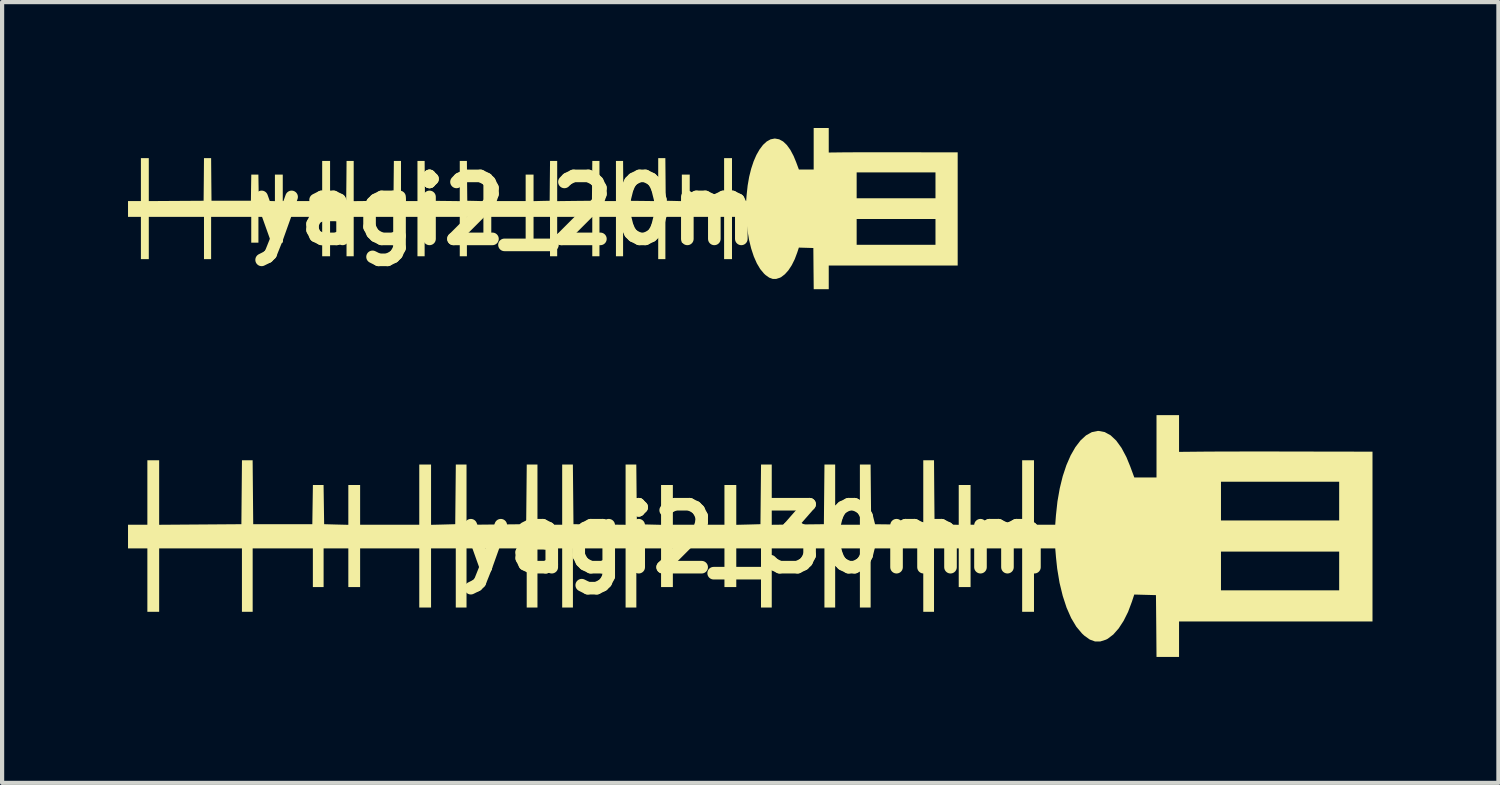
<source format=kicad_pcb>
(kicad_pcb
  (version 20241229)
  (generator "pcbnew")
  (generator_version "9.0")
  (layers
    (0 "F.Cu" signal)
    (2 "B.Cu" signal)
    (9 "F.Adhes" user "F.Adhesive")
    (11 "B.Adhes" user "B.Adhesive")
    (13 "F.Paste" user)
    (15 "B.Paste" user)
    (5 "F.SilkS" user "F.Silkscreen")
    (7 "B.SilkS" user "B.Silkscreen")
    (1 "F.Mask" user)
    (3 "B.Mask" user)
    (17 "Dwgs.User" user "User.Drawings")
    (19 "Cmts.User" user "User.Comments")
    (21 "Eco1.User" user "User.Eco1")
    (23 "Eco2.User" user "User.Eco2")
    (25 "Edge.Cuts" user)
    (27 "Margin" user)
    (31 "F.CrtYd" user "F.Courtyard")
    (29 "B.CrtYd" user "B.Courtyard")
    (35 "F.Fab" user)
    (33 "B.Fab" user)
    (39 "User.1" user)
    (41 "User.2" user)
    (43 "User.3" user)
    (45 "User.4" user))
  (footprint "yagi2_20mm"
    (layer "F.Cu")
    (at 9.969 1.963)
    (property "Reference" "yagi2_20mm" (at 0 0 0) (layer "F.SilkS") (effects (font (size 1.5 1.5) (thickness 0.3))))
    (attr board_only exclude_from_pos_files exclude_from_bom)
    (fp_poly (pts (xy 6.726 -1.671) (xy 6.726 -1.379) (xy 7.063 -1.383) (xy 7.138 -1.384) (xy 7.244 -1.384) (xy 7.376 -1.385) (xy 7.531 -1.385) (xy 7.704 -1.385) (xy 7.893 -1.385) (xy 8.092 -1.385) (xy 8.299 -1.385) (xy 8.509 -1.385) (xy 8.599 -1.385) (xy 9.798 -1.383) (xy 9.798 -0.034) (xy 9.798 1.314) (xy 8.262 1.314) (xy 6.726 1.314) (xy 6.726 1.596) (xy 6.726 1.878) (xy 6.547 1.878) (xy 6.368 1.878) (xy 6.363 1.387) (xy 6.359 0.896) (xy 6.186 0.891) (xy 6.014 0.886) (xy 5.976 1.002) (xy 5.916 1.162) (xy 5.845 1.305) (xy 5.766 1.426) (xy 5.681 1.521) (xy 5.594 1.588) (xy 5.565 1.603) (xy 5.475 1.632) (xy 5.391 1.632) (xy 5.308 1.602) (xy 5.222 1.541) (xy 5.184 1.506) (xy 5.094 1.398) (xy 5.012 1.26) (xy 4.94 1.096) (xy 4.878 0.908) (xy 4.827 0.701) (xy 4.79 0.476) (xy 4.77 0.294) (xy 4.763 0.205) (xy 7.391 0.205) (xy 7.391 0.512) (xy 7.391 0.819) (xy 8.33 0.819) (xy 9.269 0.819) (xy 9.269 0.512) (xy 9.269 0.205) (xy 8.33 0.205) (xy 7.391 0.205) (xy 4.763 0.205) (xy 4.759 0.154) (xy 4.59 0.154) (xy 4.421 0.154) (xy 4.421 0.657) (xy 4.421 1.161) (xy 4.327 1.161) (xy 4.233 1.161) (xy 4.233 0.657) (xy 4.233 0.154) (xy 3.824 0.154) (xy 3.414 0.154) (xy 3.414 0.461) (xy 3.414 0.768) (xy 3.32 0.768) (xy 3.226 0.768) (xy 3.226 0.461) (xy 3.226 0.154) (xy 3.03 0.154) (xy 2.834 0.154) (xy 2.834 0.657) (xy 2.834 1.161) (xy 2.748 1.161) (xy 2.663 1.161) (xy 2.663 0.657) (xy 2.663 0.154) (xy 2.245 0.154) (xy 1.826 0.154) (xy 1.826 0.623) (xy 1.826 1.092) (xy 1.741 1.092) (xy 1.656 1.092) (xy 1.656 0.623) (xy 1.656 0.154) (xy 1.459 0.154) (xy 1.263 0.154) (xy 1.263 0.623) (xy 1.263 1.092) (xy 1.178 1.092) (xy 1.092 1.092) (xy 1.092 0.623) (xy 1.092 0.154) (xy 0.674 0.154) (xy 0.256 0.154) (xy 0.256 0.623) (xy 0.256 1.092) (xy 0.171 1.092) (xy 0.085 1.092) (xy 0.085 0.623) (xy 0.085 0.154) (xy -0.111 0.154) (xy -0.307 0.154) (xy -0.307 0.461) (xy -0.307 0.768) (xy -0.401 0.768) (xy -0.495 0.768) (xy -0.495 0.461) (xy -0.495 0.154) (xy -0.905 0.154) (xy -1.314 0.154) (xy -1.314 0.461) (xy -1.314 0.768) (xy -1.408 0.768) (xy -1.502 0.768) (xy -1.502 0.461) (xy -1.502 0.154) (xy -1.698 0.154) (xy -1.895 0.154) (xy -1.895 0.623) (xy -1.895 1.092) (xy -1.98 1.092) (xy -2.065 1.092) (xy -2.065 0.623) (xy -2.065 0.154) (xy -2.484 0.154) (xy -2.902 0.154) (xy -2.902 0.623) (xy -2.902 1.092) (xy -2.987 1.092) (xy -3.073 1.092) (xy -3.073 0.623) (xy -3.073 0.154) (xy -3.269 0.154) (xy -3.465 0.154) (xy -3.465 0.623) (xy -3.465 1.092) (xy -3.551 1.092) (xy -3.636 1.092) (xy -3.636 0.623) (xy -3.636 0.154) (xy -4.114 0.154) (xy -4.592 0.154) (xy -4.592 0.623) (xy -4.592 1.092) (xy -4.677 1.092) (xy -4.763 1.092) (xy -4.763 0.623) (xy -4.763 0.154) (xy -4.959 0.154) (xy -5.155 0.154) (xy -5.155 0.623) (xy -5.155 1.092) (xy -5.249 1.092) (xy -5.343 1.092) (xy -5.343 0.623) (xy -5.343 0.154) (xy -5.812 0.154) (xy -6.282 0.154) (xy -6.282 0.461) (xy -6.282 0.768) (xy -6.376 0.768) (xy -6.469 0.768) (xy -6.469 0.461) (xy -6.469 0.154) (xy -6.666 0.154) (xy -6.862 0.154) (xy -6.862 0.461) (xy -6.862 0.768) (xy -6.947 0.768) (xy -7.033 0.768) (xy -7.033 0.461) (xy -7.033 0.154) (xy -7.511 0.154) (xy -7.989 0.154) (xy -7.989 0.657) (xy -7.989 1.161) (xy -8.074 1.161) (xy -8.159 1.161) (xy -8.159 0.657) (xy -8.159 0.154) (xy -8.817 0.154) (xy -9.474 0.154) (xy -9.474 0.657) (xy -9.474 1.161) (xy -9.568 1.161) (xy -9.662 1.161) (xy -9.662 0.657) (xy -9.662 0.154) (xy -9.815 0.154) (xy -9.969 0.154) (xy -9.969 -0.034) (xy -9.969 -0.222) (xy -9.815 -0.222) (xy -9.662 -0.222) (xy -9.662 -0.734) (xy -9.662 -1.246) (xy -9.568 -1.246) (xy -9.474 -1.246) (xy -9.474 -0.734) (xy -9.474 -0.222) (xy -8.821 -0.226) (xy -8.168 -0.23) (xy -8.163 -0.738) (xy -8.159 -1.246) (xy -8.074 -1.246) (xy -7.989 -1.246) (xy -7.985 -0.738) (xy -7.98 -0.23) (xy -7.511 -0.23) (xy -7.041 -0.23) (xy -7.037 -0.542) (xy -7.032 -0.853) (xy -6.947 -0.853) (xy -6.863 -0.853) (xy -6.858 -0.542) (xy -6.854 -0.23) (xy -6.662 -0.226) (xy -6.469 -0.221) (xy -6.469 -0.537) (xy -6.469 -0.853) (xy -6.376 -0.853) (xy -6.282 -0.853) (xy -6.282 -0.538) (xy -6.282 -0.222) (xy -5.812 -0.222) (xy -5.343 -0.222) (xy -5.343 -0.7) (xy -5.343 -1.178) (xy -5.249 -1.178) (xy -5.155 -1.178) (xy -5.155 -0.699) (xy -5.155 -0.221) (xy -4.963 -0.226) (xy -4.771 -0.23) (xy -4.766 -0.704) (xy -4.762 -1.178) (xy -4.677 -1.178) (xy -4.592 -1.178) (xy -4.592 -0.7) (xy -4.592 -0.221) (xy -4.118 -0.226) (xy -3.644 -0.23) (xy -3.64 -0.704) (xy -3.635 -1.178) (xy -3.55 -1.178) (xy -3.465 -1.178) (xy -3.465 -0.7) (xy -3.465 -0.222) (xy -3.269 -0.222) (xy -3.073 -0.222) (xy -3.073 -0.7) (xy -3.073 -1.178) (xy -2.988 -1.178) (xy -2.902 -1.178) (xy -2.898 -0.704) (xy -2.893 -0.23) (xy -2.479 -0.226) (xy -2.065 -0.221) (xy -2.065 -0.7) (xy -2.065 -1.178) (xy -1.98 -1.178) (xy -1.895 -1.178) (xy -1.891 -0.704) (xy -1.886 -0.23) (xy -1.694 -0.226) (xy -1.502 -0.221) (xy -1.502 -0.537) (xy -1.502 -0.853) (xy -1.408 -0.853) (xy -1.314 -0.853) (xy -1.314 -0.538) (xy -1.314 -0.222) (xy -0.905 -0.222) (xy -0.495 -0.222) (xy -0.495 -0.538) (xy -0.495 -0.853) (xy -0.401 -0.853) (xy -0.307 -0.853) (xy -0.307 -0.537) (xy -0.307 -0.221) (xy -0.115 -0.226) (xy 0.077 -0.23) (xy 0.081 -0.704) (xy 0.086 -1.178) (xy 0.171 -1.178) (xy 0.256 -1.178) (xy 0.256 -0.7) (xy 0.256 -0.221) (xy 0.67 -0.226) (xy 1.084 -0.23) (xy 1.088 -0.704) (xy 1.093 -1.178) (xy 1.178 -1.178) (xy 1.263 -1.178) (xy 1.263 -0.7) (xy 1.263 -0.222) (xy 1.459 -0.222) (xy 1.656 -0.222) (xy 1.656 -0.7) (xy 1.656 -1.178) (xy 1.741 -1.178) (xy 1.826 -1.178) (xy 1.83 -0.704) (xy 1.835 -0.23) (xy 2.249 -0.226) (xy 2.663 -0.221) (xy 2.663 -0.734) (xy 2.663 -1.246) (xy 2.748 -1.246) (xy 2.833 -1.246) (xy 2.838 -0.738) (xy 2.842 -0.23) (xy 3.034 -0.226) (xy 3.226 -0.221) (xy 3.226 -0.537) (xy 3.226 -0.853) (xy 3.32 -0.853) (xy 3.414 -0.853) (xy 3.414 -0.538) (xy 3.414 -0.222) (xy 3.824 -0.222) (xy 4.233 -0.222) (xy 4.233 -0.734) (xy 4.233 -1.246) (xy 4.327 -1.246) (xy 4.421 -1.246) (xy 4.421 -0.734) (xy 4.421 -0.222) (xy 4.59 -0.222) (xy 4.758 -0.222) (xy 4.77 -0.371) (xy 4.794 -0.593) (xy 4.83 -0.801) (xy 4.856 -0.905) (xy 7.391 -0.905) (xy 7.391 -0.597) (xy 7.391 -0.29) (xy 8.33 -0.29) (xy 9.269 -0.29) (xy 9.269 -0.597) (xy 9.269 -0.905) (xy 8.33 -0.905) (xy 7.391 -0.905) (xy 4.856 -0.905) (xy 4.878 -0.993) (xy 4.936 -1.168) (xy 5.003 -1.322) (xy 5.079 -1.454) (xy 5.16 -1.561) (xy 5.248 -1.642) (xy 5.34 -1.693) (xy 5.435 -1.712) (xy 5.447 -1.712) (xy 5.544 -1.694) (xy 5.638 -1.643) (xy 5.727 -1.559) (xy 5.811 -1.443) (xy 5.889 -1.296) (xy 5.95 -1.148) (xy 6.015 -0.973) (xy 6.191 -0.973) (xy 6.367 -0.973) (xy 6.367 -1.468) (xy 6.367 -1.963) (xy 6.546 -1.963) (xy 6.726 -1.963)) (stroke (width 0) (type solid)) (fill yes) (layer "F.SilkS")))
  (footprint "yagi2_30mm"
    (layer "F.Cu")
    (at 14.953 9.785)
    (property "Reference" "yagi2_30mm" (at 0 0 0) (layer "F.SilkS") (effects (font (size 1.5 1.5) (thickness 0.3))))
    (attr board_only exclude_from_pos_files exclude_from_bom)
    (fp_poly (pts (xy 10.088 -2.507) (xy 10.088 -2.069) (xy 10.594 -2.074) (xy 10.707 -2.075) (xy 10.866 -2.076) (xy 11.064 -2.077) (xy 11.296 -2.077) (xy 11.556 -2.078) (xy 11.839 -2.078) (xy 12.138 -2.078) (xy 12.448 -2.078) (xy 12.763 -2.077) (xy 12.898 -2.077) (xy 14.697 -2.074) (xy 14.697 -0.051) (xy 14.697 1.972) (xy 12.393 1.972) (xy 10.088 1.972) (xy 10.088 2.394) (xy 10.088 2.817) (xy 9.82 2.817) (xy 9.551 2.817) (xy 9.545 2.08) (xy 9.538 1.344) (xy 9.279 1.337) (xy 9.021 1.33) (xy 8.964 1.503) (xy 8.874 1.743) (xy 8.767 1.957) (xy 8.649 2.138) (xy 8.522 2.282) (xy 8.391 2.382) (xy 8.347 2.405) (xy 8.212 2.448) (xy 8.086 2.448) (xy 7.962 2.403) (xy 7.833 2.311) (xy 7.776 2.258) (xy 7.641 2.097) (xy 7.518 1.891) (xy 7.409 1.644) (xy 7.317 1.363) (xy 7.241 1.051) (xy 7.185 0.714) (xy 7.156 0.442) (xy 7.145 0.307) (xy 11.087 0.307) (xy 11.087 0.768) (xy 11.087 1.229) (xy 12.495 1.229) (xy 13.903 1.229) (xy 13.903 0.768) (xy 13.903 0.307) (xy 12.495 0.307) (xy 11.087 0.307) (xy 7.145 0.307) (xy 7.138 0.23) (xy 6.885 0.23) (xy 6.632 0.23) (xy 6.632 0.986) (xy 6.632 1.741) (xy 6.491 1.741) (xy 6.35 1.741) (xy 6.35 0.986) (xy 6.35 0.23) (xy 5.735 0.23) (xy 5.121 0.23) (xy 5.121 0.691) (xy 5.121 1.152) (xy 4.98 1.152) (xy 4.839 1.152) (xy 4.839 0.691) (xy 4.839 0.23) (xy 4.545 0.23) (xy 4.25 0.23) (xy 4.25 0.986) (xy 4.25 1.741) (xy 4.122 1.741) (xy 3.994 1.741) (xy 3.994 0.986) (xy 3.994 0.23) (xy 3.367 0.23) (xy 2.74 0.23) (xy 2.74 0.935) (xy 2.74 1.639) (xy 2.612 1.639) (xy 2.484 1.639) (xy 2.484 0.935) (xy 2.484 0.23) (xy 2.189 0.23) (xy 1.895 0.23) (xy 1.895 0.935) (xy 1.895 1.639) (xy 1.767 1.639) (xy 1.639 1.639) (xy 1.639 0.935) (xy 1.639 0.23) (xy 1.011 0.23) (xy 0.384 0.23) (xy 0.384 0.935) (xy 0.384 1.639) (xy 0.256 1.639) (xy 0.128 1.639) (xy 0.128 0.935) (xy 0.128 0.23) (xy -0.166 0.23) (xy -0.461 0.23) (xy -0.461 0.691) (xy -0.461 1.152) (xy -0.602 1.152) (xy -0.743 1.152) (xy -0.743 0.691) (xy -0.743 0.23) (xy -1.357 0.23) (xy -1.972 0.23) (xy -1.972 0.691) (xy -1.972 1.152) (xy -2.112 1.152) (xy -2.253 1.152) (xy -2.253 0.691) (xy -2.253 0.23) (xy -2.548 0.23) (xy -2.842 0.23) (xy -2.842 0.935) (xy -2.842 1.639) (xy -2.97 1.639) (xy -3.098 1.639) (xy -3.098 0.935) (xy -3.098 0.23) (xy -3.726 0.23) (xy -4.353 0.23) (xy -4.353 0.935) (xy -4.353 1.639) (xy -4.481 1.639) (xy -4.609 1.639) (xy -4.609 0.935) (xy -4.609 0.23) (xy -4.903 0.23) (xy -5.198 0.23) (xy -5.198 0.935) (xy -5.198 1.639) (xy -5.326 1.639) (xy -5.454 1.639) (xy -5.454 0.935) (xy -5.454 0.23) (xy -6.171 0.23) (xy -6.888 0.23) (xy -6.888 0.935) (xy -6.888 1.639) (xy -7.016 1.639) (xy -7.144 1.639) (xy -7.144 0.935) (xy -7.144 0.23) (xy -7.438 0.23) (xy -7.733 0.23) (xy -7.733 0.935) (xy -7.733 1.639) (xy -7.873 1.639) (xy -8.014 1.639) (xy -8.014 0.935) (xy -8.014 0.23) (xy -8.718 0.23) (xy -9.423 0.23) (xy -9.423 0.691) (xy -9.423 1.152) (xy -9.563 1.152) (xy -9.704 1.152) (xy -9.704 0.691) (xy -9.704 0.23) (xy -9.999 0.23) (xy -10.293 0.23) (xy -10.293 0.691) (xy -10.293 1.152) (xy -10.421 1.152) (xy -10.549 1.152) (xy -10.549 0.691) (xy -10.549 0.23) (xy -11.266 0.23) (xy -11.983 0.23) (xy -11.983 0.986) (xy -11.983 1.741) (xy -12.111 1.741) (xy -12.239 1.741) (xy -12.239 0.986) (xy -12.239 0.23) (xy -13.225 0.23) (xy -14.211 0.23) (xy -14.211 0.986) (xy -14.211 1.741) (xy -14.352 1.741) (xy -14.492 1.741) (xy -14.492 0.986) (xy -14.492 0.23) (xy -14.723 0.23) (xy -14.953 0.23) (xy -14.953 -0.051) (xy -14.953 -0.333) (xy -14.723 -0.333) (xy -14.492 -0.333) (xy -14.492 -1.101) (xy -14.492 -1.869) (xy -14.352 -1.869) (xy -14.211 -1.869) (xy -14.211 -1.101) (xy -14.211 -0.332) (xy -13.231 -0.339) (xy -12.252 -0.346) (xy -12.245 -1.107) (xy -12.238 -1.869) (xy -12.111 -1.869) (xy -11.984 -1.869) (xy -11.977 -1.107) (xy -11.97 -0.346) (xy -11.266 -0.346) (xy -10.562 -0.346) (xy -10.555 -0.813) (xy -10.548 -1.28) (xy -10.421 -1.28) (xy -10.294 -1.28) (xy -10.287 -0.813) (xy -10.28 -0.346) (xy -9.992 -0.338) (xy -9.704 -0.331) (xy -9.704 -0.806) (xy -9.704 -1.28) (xy -9.563 -1.28) (xy -9.423 -1.28) (xy -9.423 -0.807) (xy -9.423 -0.333) (xy -8.718 -0.333) (xy -8.014 -0.333) (xy -8.014 -1.05) (xy -8.014 -1.767) (xy -7.873 -1.767) (xy -7.733 -1.767) (xy -7.733 -1.049) (xy -7.733 -0.331) (xy -7.445 -0.338) (xy -7.157 -0.346) (xy -7.15 -1.056) (xy -7.143 -1.767) (xy -7.015 -1.767) (xy -6.888 -1.767) (xy -6.888 -1.049) (xy -6.888 -0.332) (xy -6.177 -0.339) (xy -5.467 -0.346) (xy -5.46 -1.056) (xy -5.453 -1.767) (xy -5.325 -1.767) (xy -5.198 -1.767) (xy -5.198 -1.05) (xy -5.198 -0.333) (xy -4.903 -0.333) (xy -4.609 -0.333) (xy -4.609 -1.05) (xy -4.609 -1.767) (xy -4.481 -1.767) (xy -4.354 -1.767) (xy -4.347 -1.056) (xy -4.34 -0.346) (xy -3.719 -0.339) (xy -3.098 -0.332) (xy -3.098 -1.049) (xy -3.098 -1.767) (xy -2.971 -1.767) (xy -2.843 -1.767) (xy -2.836 -1.056) (xy -2.829 -0.346) (xy -2.541 -0.338) (xy -2.253 -0.331) (xy -2.253 -0.806) (xy -2.253 -1.28) (xy -2.112 -1.28) (xy -1.972 -1.28) (xy -1.972 -0.807) (xy -1.972 -0.333) (xy -1.357 -0.333) (xy -0.743 -0.333) (xy -0.743 -0.807) (xy -0.743 -1.28) (xy -0.602 -1.28) (xy -0.461 -1.28) (xy -0.461 -0.806) (xy -0.461 -0.331) (xy -0.173 -0.338) (xy 0.115 -0.346) (xy 0.122 -1.056) (xy 0.129 -1.767) (xy 0.256 -1.767) (xy 0.384 -1.767) (xy 0.384 -1.049) (xy 0.384 -0.332) (xy 1.005 -0.339) (xy 1.626 -0.346) (xy 1.633 -1.056) (xy 1.64 -1.767) (xy 1.767 -1.767) (xy 1.895 -1.767) (xy 1.895 -1.05) (xy 1.895 -0.333) (xy 2.189 -0.333) (xy 2.484 -0.333) (xy 2.484 -1.05) (xy 2.484 -1.767) (xy 2.611 -1.767) (xy 2.739 -1.767) (xy 2.746 -1.056) (xy 2.753 -0.346) (xy 3.373 -0.339) (xy 3.994 -0.332) (xy 3.994 -1.101) (xy 3.994 -1.869) (xy 4.122 -1.869) (xy 4.25 -1.869) (xy 4.256 -1.107) (xy 4.263 -0.346) (xy 4.551 -0.338) (xy 4.839 -0.331) (xy 4.839 -0.806) (xy 4.839 -1.28) (xy 4.98 -1.28) (xy 5.121 -1.28) (xy 5.121 -0.807) (xy 5.121 -0.333) (xy 5.735 -0.333) (xy 6.35 -0.333) (xy 6.35 -1.101) (xy 6.35 -1.869) (xy 6.491 -1.869) (xy 6.632 -1.869) (xy 6.632 -1.101) (xy 6.632 -0.333) (xy 6.885 -0.333) (xy 7.138 -0.333) (xy 7.155 -0.557) (xy 7.191 -0.889) (xy 7.246 -1.201) (xy 7.284 -1.357) (xy 11.087 -1.357) (xy 11.087 -0.896) (xy 11.087 -0.435) (xy 12.495 -0.435) (xy 13.903 -0.435) (xy 13.903 -0.896) (xy 13.903 -1.357) (xy 12.495 -1.357) (xy 11.087 -1.357) (xy 7.284 -1.357) (xy 7.317 -1.49) (xy 7.404 -1.752) (xy 7.505 -1.984) (xy 7.618 -2.181) (xy 7.741 -2.342) (xy 7.872 -2.462) (xy 8.01 -2.539) (xy 8.153 -2.568) (xy 8.17 -2.568) (xy 8.316 -2.541) (xy 8.457 -2.464) (xy 8.591 -2.338) (xy 8.717 -2.164) (xy 8.834 -1.944) (xy 8.925 -1.722) (xy 9.022 -1.459) (xy 9.286 -1.459) (xy 9.551 -1.459) (xy 9.551 -2.202) (xy 9.551 -2.945) (xy 9.819 -2.945) (xy 10.088 -2.945)) (stroke (width 0) (type solid)) (fill yes) (layer "F.SilkS")))
  (gr_rect
    (start -3 -3)
    (end 32.65 15.602)
    (stroke (width 0.1) (type default))
    (fill no)
    (layer "Edge.Cuts")))
</source>
